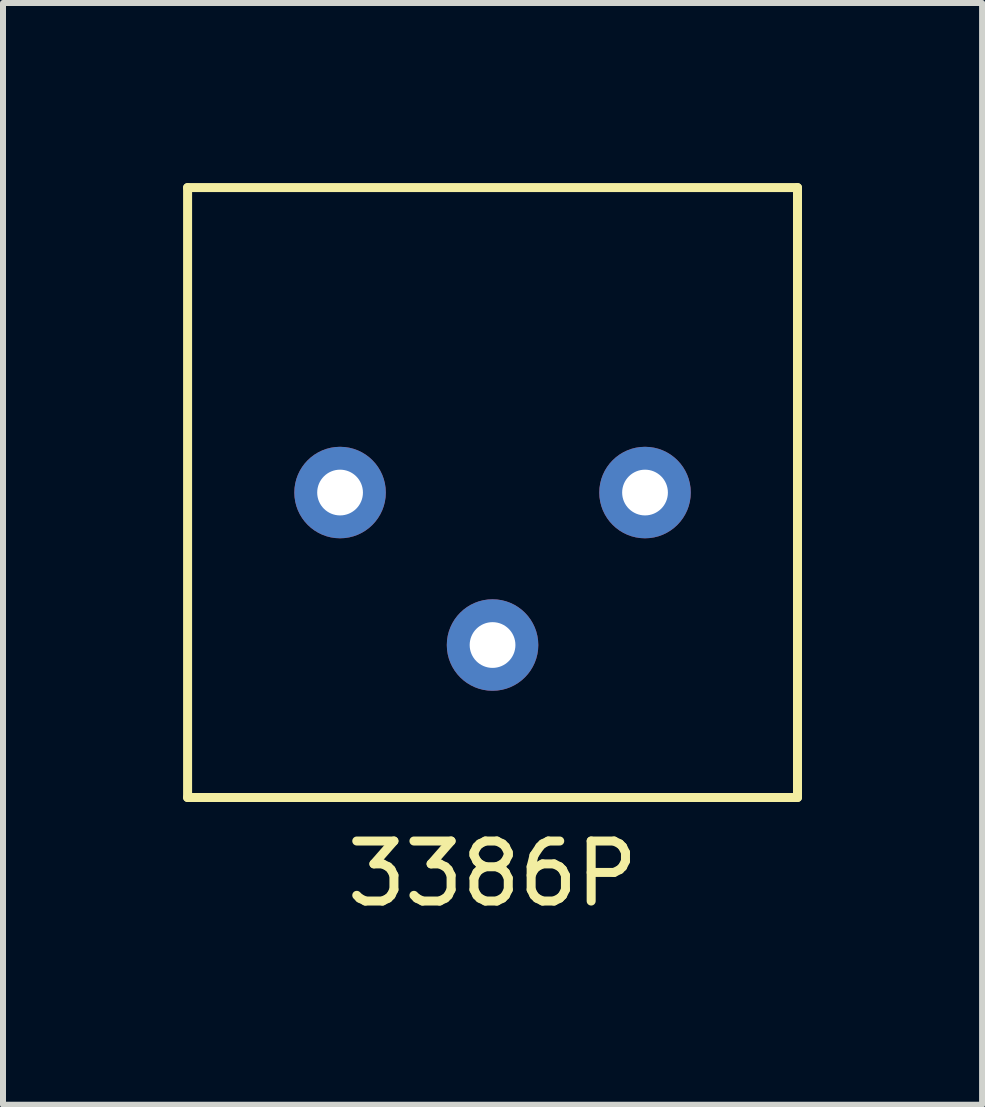
<source format=kicad_pcb>
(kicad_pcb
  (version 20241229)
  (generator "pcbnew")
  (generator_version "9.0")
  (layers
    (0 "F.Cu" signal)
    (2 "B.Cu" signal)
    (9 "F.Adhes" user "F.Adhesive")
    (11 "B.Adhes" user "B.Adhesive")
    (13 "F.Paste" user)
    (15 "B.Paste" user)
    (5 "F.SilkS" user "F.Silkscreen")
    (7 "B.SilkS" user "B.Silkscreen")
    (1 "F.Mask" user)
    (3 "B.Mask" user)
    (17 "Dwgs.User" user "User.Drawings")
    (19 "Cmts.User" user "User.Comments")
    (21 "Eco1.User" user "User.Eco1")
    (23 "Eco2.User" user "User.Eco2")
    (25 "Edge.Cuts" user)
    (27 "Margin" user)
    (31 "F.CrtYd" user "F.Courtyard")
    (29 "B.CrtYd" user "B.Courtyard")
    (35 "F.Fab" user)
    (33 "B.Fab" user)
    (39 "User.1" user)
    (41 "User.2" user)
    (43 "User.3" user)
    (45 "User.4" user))
  (footprint "3386P"
    (layer "F.Cu")
    (at 5.155 5.155)
    (property "Reference" "3386P" (at 0 6.35 0) (layer "F.SilkS") (effects (font (size 1 1) (thickness 0.15))))
    (attr through_hole)
    (fp_line (start -5.08 -5.08) (end -5.08 5.08) (stroke (width 0.15) (type solid)) (layer "F.SilkS"))
    (fp_line (start -5.08 5.08) (end 5.08 5.08) (stroke (width 0.15) (type solid)) (layer "F.SilkS"))
    (fp_line (start 5.08 -5.08) (end -5.08 -5.08) (stroke (width 0.15) (type solid)) (layer "F.SilkS"))
    (fp_line (start 5.08 5.08) (end 5.08 -5.08) (stroke (width 0.15) (type solid)) (layer "F.SilkS"))
    (pad "1" thru_hole circle (at -2.54 0) (size 1.524 1.524) (drill 0.762) (layers "*.Cu" "*.Mask"))
    (pad "2" thru_hole circle (at 0 2.54) (size 1.524 1.524) (drill 0.762) (layers "*.Cu" "*.Mask"))
    (pad "3" thru_hole circle (at 2.54 0) (size 1.524 1.524) (drill 0.762) (layers "*.Cu" "*.Mask")))
  (gr_rect
    (start -3 -3)
    (end 13.31 15.353)
    (stroke (width 0.1) (type default))
    (fill no)
    (layer "Edge.Cuts")))
</source>
